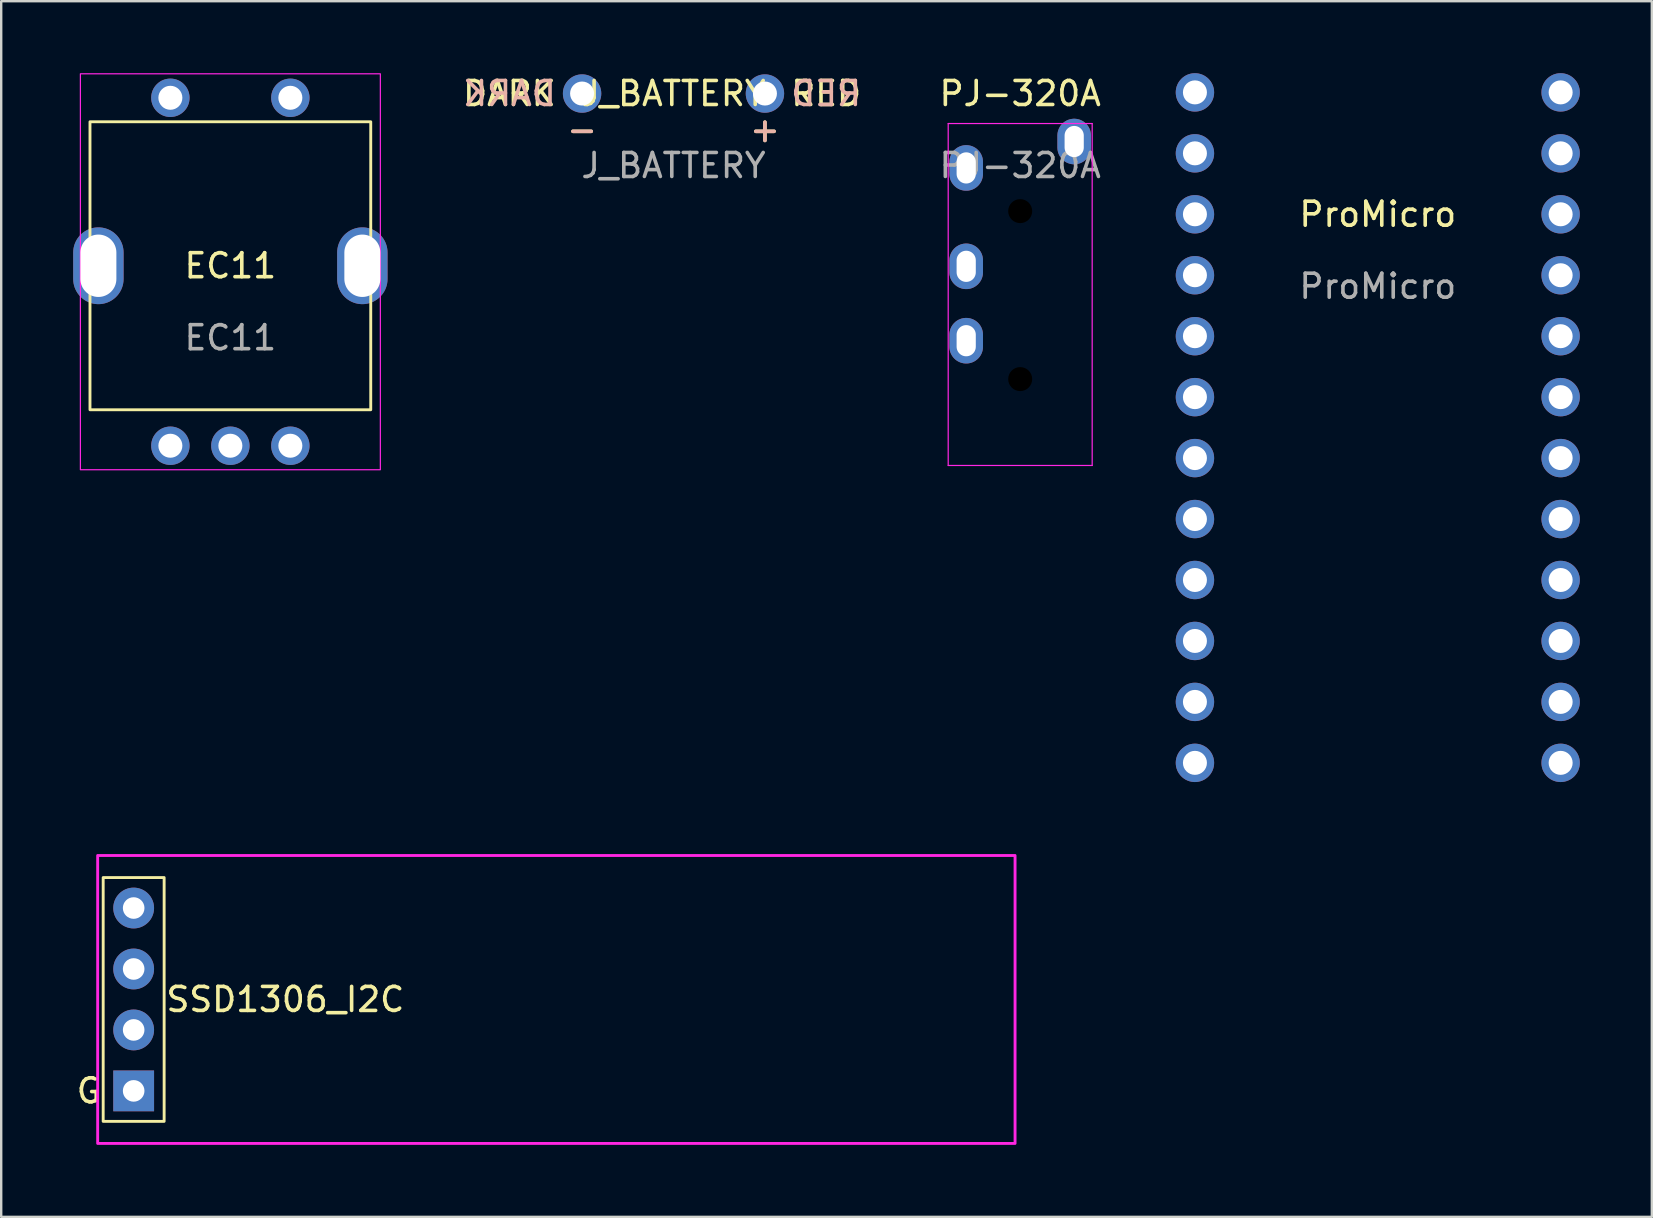
<source format=kicad_pcb>
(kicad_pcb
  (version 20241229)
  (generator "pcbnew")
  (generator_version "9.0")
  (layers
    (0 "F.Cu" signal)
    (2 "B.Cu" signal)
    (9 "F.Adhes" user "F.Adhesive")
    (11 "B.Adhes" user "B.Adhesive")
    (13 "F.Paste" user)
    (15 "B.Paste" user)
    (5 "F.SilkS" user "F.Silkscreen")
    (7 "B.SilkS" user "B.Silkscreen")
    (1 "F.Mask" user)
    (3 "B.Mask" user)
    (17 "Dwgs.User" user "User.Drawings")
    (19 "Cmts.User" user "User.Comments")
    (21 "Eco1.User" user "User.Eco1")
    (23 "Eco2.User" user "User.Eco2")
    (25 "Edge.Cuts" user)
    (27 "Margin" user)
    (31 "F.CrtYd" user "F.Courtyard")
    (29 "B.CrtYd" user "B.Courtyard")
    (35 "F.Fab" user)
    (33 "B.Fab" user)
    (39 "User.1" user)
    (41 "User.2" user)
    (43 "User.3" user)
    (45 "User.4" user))
  (footprint "SSD1306_I2C"
    (layer "F.Cu")
    (at 2.52 42.41)
    (property "Reference" "SSD1306_I2C" (at 1.27 -3.81 0) (unlocked yes) (layer "F.SilkS") (effects (font (size 1 1) (thickness 0.15)) (justify left)))
    (attr through_hole)
    (fp_rect (start -1.27 -8.89) (end 1.27 1.27) (stroke (width 0.12) (type solid)) (fill no) (layer "F.SilkS"))
    (fp_rect (start -1.5 -9.81) (end 36.73 2.19) (stroke (width 0.12) (type solid)) (fill no) (layer "F.CrtYd"))
    (fp_text user "G" (at -1.27 0 0) (unlocked yes) (layer "F.SilkS") (effects (font (size 1 1) (thickness 0.15)) (justify right)))
    (pad "1" thru_hole rect (at 0 0) (size 1.7 1.7) (drill 0.9) (layers "*.Cu" "*.Mask"))
    (pad "2" thru_hole circle (at 0 -2.54) (size 1.7 1.7) (drill 0.9) (layers "*.Cu" "*.Mask"))
    (pad "3" thru_hole circle (at 0 -5.08) (size 1.7 1.7) (drill 0.9) (layers "*.Cu" "*.Mask"))
    (pad "4" thru_hole circle (at 0 -7.62) (size 1.7 1.7) (drill 0.9) (layers "*.Cu" "*.Mask")))
  (footprint "PJ-320A"
    (layer "F.Cu")
    (at 37.214 2.848)
    (property "Reference" "PJ-320A" (at 2.25 -2 0) (unlocked yes) (layer "F.SilkS") (effects (font (size 1 1) (thickness 0.15))))
    (attr through_hole)
    (fp_line (start -0.75 13.5) (end -0.75 -0.75) (stroke (width 0.05) (type solid)) (layer "F.CrtYd"))
    (fp_line (start 5.25 -0.75) (end 5.25 13.5) (stroke (width 0.05) (type solid)) (layer "F.CrtYd"))
    (fp_line (start 5.25 13.5) (end -0.75 13.5) (stroke (width 0.05) (type solid)) (layer "F.CrtYd"))
    (fp_rect (start -0.75 -0.75) (end 5.25 -0.75) (stroke (width 0.05) (type solid)) (fill no) (layer "F.CrtYd"))
    (fp_text user "${REFERENCE}" (at 2.25 1 0) (unlocked yes) (layer "F.Fab") (effects (font (size 1 1) (thickness 0.15))))
    (pad "" np_thru_hole circle (at 2.25 2.9) (size 1 1) (drill 1) (layers "*.Mask"))
    (pad "" np_thru_hole circle (at 2.25 9.9) (size 1 1) (drill 1) (layers "*.Mask"))
    (pad "R1" thru_hole oval (at 0 5.2) (size 1.4 1.9) (drill oval 0.8 1.3) (layers "*.Cu" "*.Mask"))
    (pad "R2" thru_hole oval (at 0 8.3) (size 1.4 1.9) (drill oval 0.8 1.3) (layers "*.Cu" "*.Mask"))
    (pad "S" thru_hole oval (at 4.5 0) (size 1.4 1.9) (drill oval 0.8 1.3) (layers "*.Cu" "*.Mask"))
    (pad "T" thru_hole oval (at 0 1.1) (size 1.4 1.9) (drill oval 0.8 1.3) (layers "*.Cu" "*.Mask")))
  (footprint "J_BATTERY"
    (layer "F.Cu")
    (at 21.207 0.848)
    (property "Reference" "J_BATTERY" (at 3.81 0 0) (unlocked yes) (layer "F.SilkS") (effects (font (size 1 1) (thickness 0.15))))
    (attr through_hole)
    (fp_text user "RED" (at 8.62 0 0) (unlocked yes) (layer "F.SilkS") (effects (font (size 1 1) (thickness 0.15)) (justify left)))
    (fp_text user "DARK" (at -1 0 0) (unlocked yes) (layer "F.SilkS") (effects (font (size 1 1) (thickness 0.15)) (justify right)))
    (fp_text user "-" (at 0 1.5 0) (unlocked yes) (layer "F.SilkS") (effects (font (size 1 1) (thickness 0.15))))
    (fp_text user "+" (at 7.62 1.5 0) (unlocked yes) (layer "F.SilkS") (effects (font (size 1 1) (thickness 0.15))))
    (fp_text user "-" (at 0 1.5 0) (unlocked yes) (layer "B.SilkS") (effects (font (size 1 1) (thickness 0.15)) (justify mirror)))
    (fp_text user "RED" (at 8.62 0 0) (unlocked yes) (layer "B.SilkS") (effects (font (size 1 1) (thickness 0.15)) (justify right mirror)))
    (fp_text user "+" (at 7.62 1.5 0) (unlocked yes) (layer "B.SilkS") (effects (font (size 1 1) (thickness 0.15)) (justify mirror)))
    (fp_text user "DARK" (at -1 0 0) (unlocked yes) (layer "B.SilkS") (effects (font (size 1 1) (thickness 0.15)) (justify left mirror)))
    (fp_text user "${REFERENCE}" (at 3.81 3 0) (unlocked yes) (layer "F.Fab") (effects (font (size 1 1) (thickness 0.15))))
    (pad "1" thru_hole circle (at 0 0) (size 1.6 1.6) (drill 1) (layers "*.Cu" "*.Mask"))
    (pad "2" thru_hole circle (at 7.62 0) (size 1.6 1.6) (drill 1) (layers "*.Cu" "*.Mask")))
  (footprint "ProMicro"
    (layer "F.Cu")
    (at 46.746 0.8)
    (property "Reference" "ProMicro" (at 7.62 5.08 0) (unlocked yes) (layer "F.SilkS") (effects (font (size 1 1) (thickness 0.15))))
    (attr through_hole)
    (fp_text user "${REFERENCE}" (at 7.62 8.08 0) (unlocked yes) (layer "F.Fab") (effects (font (size 1 1) (thickness 0.15))))
    (pad "1" thru_hole circle (at 0 0) (size 1.6 1.6) (drill 1) (layers "*.Cu" "*.Mask"))
    (pad "2" thru_hole circle (at 0 2.54) (size 1.6 1.6) (drill 1) (layers "*.Cu" "*.Mask"))
    (pad "3" thru_hole circle (at 0 5.08) (size 1.6 1.6) (drill 1) (layers "*.Cu" "*.Mask"))
    (pad "4" thru_hole circle (at 0 7.62) (size 1.6 1.6) (drill 1) (layers "*.Cu" "*.Mask"))
    (pad "5" thru_hole circle (at 0 10.16) (size 1.6 1.6) (drill 1) (layers "*.Cu" "*.Mask"))
    (pad "6" thru_hole circle (at 0 12.7) (size 1.6 1.6) (drill 1) (layers "*.Cu" "*.Mask"))
    (pad "7" thru_hole circle (at 0 15.24) (size 1.6 1.6) (drill 1) (layers "*.Cu" "*.Mask"))
    (pad "8" thru_hole circle (at 0 17.78) (size 1.6 1.6) (drill 1) (layers "*.Cu" "*.Mask"))
    (pad "9" thru_hole circle (at 0 20.32) (size 1.6 1.6) (drill 1) (layers "*.Cu" "*.Mask"))
    (pad "10" thru_hole circle (at 0 22.86) (size 1.6 1.6) (drill 1) (layers "*.Cu" "*.Mask"))
    (pad "11" thru_hole circle (at 0 25.4) (size 1.6 1.6) (drill 1) (layers "*.Cu" "*.Mask"))
    (pad "12" thru_hole circle (at 0 27.94) (size 1.6 1.6) (drill 1) (layers "*.Cu" "*.Mask"))
    (pad "13" thru_hole circle (at 15.24 27.94) (size 1.6 1.6) (drill 1) (layers "*.Cu" "*.Mask"))
    (pad "14" thru_hole circle (at 15.24 25.4) (size 1.6 1.6) (drill 1) (layers "*.Cu" "*.Mask"))
    (pad "15" thru_hole circle (at 15.24 22.86) (size 1.6 1.6) (drill 1) (layers "*.Cu" "*.Mask"))
    (pad "16" thru_hole circle (at 15.24 20.32) (size 1.6 1.6) (drill 1) (layers "*.Cu" "*.Mask"))
    (pad "17" thru_hole circle (at 15.24 17.78) (size 1.6 1.6) (drill 1) (layers "*.Cu" "*.Mask"))
    (pad "18" thru_hole circle (at 15.24 15.24) (size 1.6 1.6) (drill 1) (layers "*.Cu" "*.Mask"))
    (pad "19" thru_hole circle (at 15.24 12.7) (size 1.6 1.6) (drill 1) (layers "*.Cu" "*.Mask"))
    (pad "20" thru_hole circle (at 15.24 10.16) (size 1.6 1.6) (drill 1) (layers "*.Cu" "*.Mask"))
    (pad "21" thru_hole circle (at 15.24 7.62) (size 1.6 1.6) (drill 1) (layers "*.Cu" "*.Mask"))
    (pad "22" thru_hole circle (at 15.24 5.08) (size 1.6 1.6) (drill 1) (layers "*.Cu" "*.Mask"))
    (pad "23" thru_hole circle (at 15.24 2.54) (size 1.6 1.6) (drill 1) (layers "*.Cu" "*.Mask"))
    (pad "24" thru_hole circle (at 15.24 0) (size 1.6 1.6) (drill 1) (layers "*.Cu" "*.Mask")))
  (footprint "EC11"
    (layer "F.Cu")
    (at 6.55 8.025)
    (property "Reference" "EC11" (at 0 0 0) (unlocked yes) (layer "F.SilkS") (effects (font (size 1 1) (thickness 0.15))))
    (attr through_hole)
    (fp_rect (start -5.85 -6) (end 5.85 6) (stroke (width 0.12) (type solid)) (fill no) (layer "F.SilkS"))
    (fp_rect (start -6.25 -8) (end 6.25 8.5) (stroke (width 0.05) (type solid)) (fill no) (layer "F.CrtYd"))
    (fp_text user "${REFERENCE}" (at 0 3 0) (unlocked yes) (layer "F.Fab") (effects (font (size 1 1) (thickness 0.15))))
    (pad "1" thru_hole circle (at -2.5 7.5) (size 1.6 1.6) (drill 1) (layers "*.Cu" "*.Mask"))
    (pad "2" thru_hole circle (at 0 7.5) (size 1.6 1.6) (drill 1) (layers "*.Cu" "*.Mask"))
    (pad "3" thru_hole circle (at 2.5 7.5) (size 1.6 1.6) (drill 1) (layers "*.Cu" "*.Mask"))
    (pad "4" thru_hole circle (at -2.5 -7) (size 1.6 1.6) (drill 1) (layers "*.Cu" "*.Mask"))
    (pad "5" thru_hole circle (at 2.5 -7) (size 1.6 1.6) (drill 1) (layers "*.Cu" "*.Mask"))
    (pad "NC" thru_hole oval (at -5.5 0) (size 2.1 3.2) (drill oval 1.5 2.6) (layers "*.Cu" "*.Mask"))
    (pad "NC" thru_hole oval (at 5.5 0) (size 2.1 3.2) (drill oval 1.5 2.6) (layers "*.Cu" "*.Mask")))
  (gr_rect
    (start -3 -3)
    (end 65.786 47.66)
    (stroke (width 0.1) (type default))
    (fill no)
    (layer "Edge.Cuts")))
</source>
